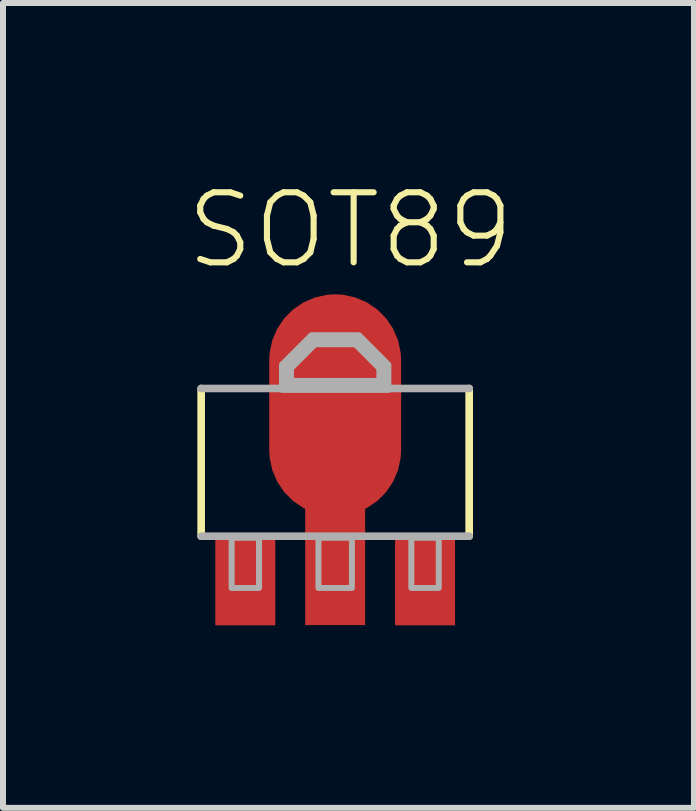
<source format=kicad_pcb>
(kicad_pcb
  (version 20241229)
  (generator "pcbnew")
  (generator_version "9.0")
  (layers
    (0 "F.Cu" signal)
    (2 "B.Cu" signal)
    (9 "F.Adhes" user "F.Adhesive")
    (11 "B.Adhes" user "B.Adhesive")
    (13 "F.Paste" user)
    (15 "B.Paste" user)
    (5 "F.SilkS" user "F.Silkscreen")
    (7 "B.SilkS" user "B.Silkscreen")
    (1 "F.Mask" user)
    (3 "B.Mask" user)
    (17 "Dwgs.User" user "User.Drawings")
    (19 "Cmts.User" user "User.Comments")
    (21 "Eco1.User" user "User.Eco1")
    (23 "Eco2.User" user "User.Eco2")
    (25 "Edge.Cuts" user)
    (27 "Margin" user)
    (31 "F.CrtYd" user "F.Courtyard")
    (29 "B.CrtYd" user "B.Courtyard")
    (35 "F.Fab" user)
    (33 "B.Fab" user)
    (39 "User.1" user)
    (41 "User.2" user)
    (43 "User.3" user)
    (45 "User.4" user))
  (footprint "SOT89"
    (layer "F.Cu")
    (at 2.54 4.648)
    (property "Reference" "SOT89" (at -2.54 -3.175 0) (unlocked yes) (layer "F.SilkS") (effects (font (size 1.168 1.168) (thickness 0.102)) (justify left bottom)))
    (fp_poly (pts (xy -2.025 2.775) (xy -0.975 2.775) (xy -0.975 1.2) (xy -2.025 1.2)) (stroke (width 0) (type default)) (fill yes) (layer "F.Mask"))
    (fp_poly (pts (xy -0.525 2.775) (xy 0.525 2.775) (xy 0.525 1.2) (xy -0.525 1.2)) (stroke (width 0) (type default)) (fill yes) (layer "F.Mask"))
    (fp_poly (pts (xy 0.975 2.775) (xy 2.025 2.775) (xy 2.025 1.2) (xy 0.975 1.2)) (stroke (width 0) (type default)) (fill yes) (layer "F.Mask"))
    (fp_line (start -2.235 1.245) (end -2.235 -1.219) (stroke (width 0.127) (type solid)) (layer "F.SilkS"))
    (fp_line (start 2.235 -1.219) (end 2.235 1.245) (stroke (width 0.127) (type solid)) (layer "F.SilkS"))
    (fp_poly (pts (xy -1.9 2.68) (xy -1.1 2.68) (xy -1.1 1.28) (xy -1.9 1.28)) (stroke (width 0) (type default)) (fill yes) (layer "F.Paste"))
    (fp_poly (pts (xy -0.9 0) (xy 0.9 0) (xy 0.9 -2.2) (xy -0.9 -2.2)) (stroke (width 0) (type default)) (fill yes) (layer "F.Paste"))
    (fp_poly (pts (xy -0.4 2.68) (xy 0.4 2.68) (xy 0.4 1.28) (xy -0.4 1.28)) (stroke (width 0) (type default)) (fill yes) (layer "F.Paste"))
    (fp_poly (pts (xy 1.1 2.68) (xy 1.9 2.68) (xy 1.9 1.28) (xy 1.1 1.28)) (stroke (width 0) (type default)) (fill yes) (layer "F.Paste"))
    (fp_line (start -2.235 -1.219) (end 2.235 -1.219) (stroke (width 0.127) (type solid)) (layer "F.Fab"))
    (fp_line (start -0.787 -1.575) (end -0.356 -2.007) (stroke (width 0.2) (type solid)) (layer "F.Fab"))
    (fp_line (start -0.787 -1.295) (end -0.787 -1.575) (stroke (width 0.2) (type solid)) (layer "F.Fab"))
    (fp_line (start -0.356 -2.007) (end 0.356 -2.007) (stroke (width 0.2) (type solid)) (layer "F.Fab"))
    (fp_line (start 0.356 -2.007) (end 0.787 -1.575) (stroke (width 0.2) (type solid)) (layer "F.Fab"))
    (fp_line (start 0.787 -1.575) (end 0.787 -1.295) (stroke (width 0.2) (type solid)) (layer "F.Fab"))
    (fp_line (start 0.787 -1.295) (end -0.787 -1.295) (stroke (width 0.2) (type solid)) (layer "F.Fab"))
    (fp_line (start 2.235 1.245) (end -2.235 1.245) (stroke (width 0.127) (type solid)) (layer "F.Fab"))
    (fp_poly (pts (xy -1.727 2.108) (xy -1.27 2.108) (xy -1.27 1.27) (xy -1.727 1.27)) (stroke (width 0.1) (type default)) (fill no) (layer "F.Fab"))
    (fp_poly (pts (xy -0.279 2.108) (xy 0.279 2.108) (xy 0.279 1.27) (xy -0.279 1.27)) (stroke (width 0.1) (type default)) (fill no) (layer "F.Fab"))
    (fp_poly (pts (xy 1.27 2.108) (xy 1.727 2.108) (xy 1.727 1.27) (xy 1.27 1.27)) (stroke (width 0.1) (type default)) (fill no) (layer "F.Fab"))
    (fp_poly (pts (xy 0.887 -1.616) (xy 0.887 -1.196) (xy -0.887 -1.196) (xy -0.887 -1.616) (xy -0.397 -2.107) (xy 0.397 -2.107)) (stroke (width 0.1) (type default)) (fill no) (layer "F.Fab"))
    (pad "1" smd rect (at -1.499 1.981) (size 1 1.5) (layers "F.Cu"))
    (pad "2" smd rect (at 0 1.727) (size 1 2) (layers "F.Cu"))
    (pad "2@1" smd roundrect (at 0 -0.94) (size 2.2 3.7) (layers "F.Cu" "F.Mask") (roundrect_rratio 0.5))
    (pad "3" smd rect (at 1.499 1.981) (size 1 1.5) (layers "F.Cu")))
  (gr_rect
    (start -3 -3)
    (end 8.524 10.423)
    (stroke (width 0.1) (type default))
    (fill no)
    (layer "Edge.Cuts")))
</source>
